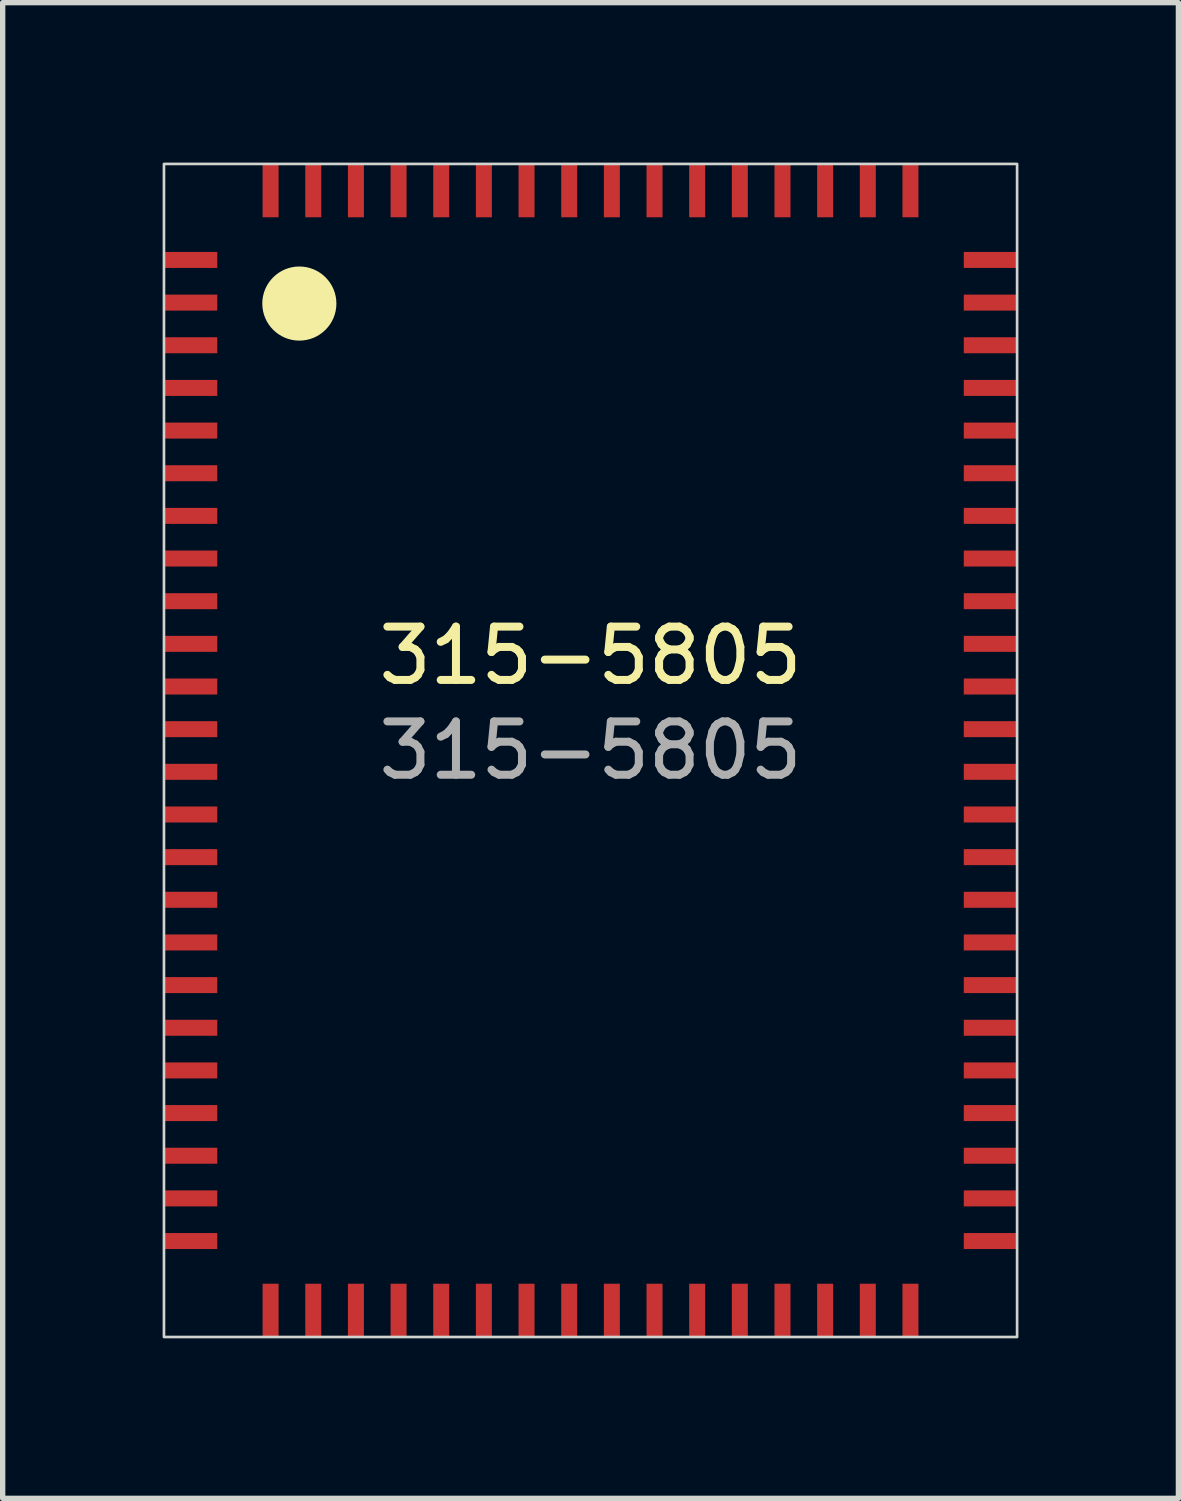
<source format=kicad_pcb>
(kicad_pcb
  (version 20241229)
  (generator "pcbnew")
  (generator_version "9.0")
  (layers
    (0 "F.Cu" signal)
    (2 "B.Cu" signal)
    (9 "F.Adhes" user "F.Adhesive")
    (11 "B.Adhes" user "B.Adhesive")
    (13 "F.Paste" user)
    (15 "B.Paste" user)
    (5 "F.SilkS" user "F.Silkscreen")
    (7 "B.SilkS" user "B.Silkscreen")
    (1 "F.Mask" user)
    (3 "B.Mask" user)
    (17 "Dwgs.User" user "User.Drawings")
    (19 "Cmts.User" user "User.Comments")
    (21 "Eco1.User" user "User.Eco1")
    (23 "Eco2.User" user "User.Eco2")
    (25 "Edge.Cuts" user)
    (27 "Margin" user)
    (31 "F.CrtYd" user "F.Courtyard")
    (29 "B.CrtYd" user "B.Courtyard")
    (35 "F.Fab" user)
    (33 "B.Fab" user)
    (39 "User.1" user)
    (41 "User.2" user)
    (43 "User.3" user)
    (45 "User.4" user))
  (footprint "315-5805"
    (layer "F.Cu")
    (at 8.025 11.025)
    (property "Reference" "315-5805" (at 0 -1.778 0) (layer "F.SilkS") (effects (font (size 1 1) (thickness 0.15))))
    (attr through_hole)
    (fp_circle (center -5.461 -8.382) (end -4.826 -8.382) (stroke (width 0.12) (type solid)) (fill yes) (layer "F.SilkS"))
    (fp_rect (start -8 -11) (end 8 11) (stroke (width 0.05) (type default)) (fill no) (layer "Edge.Cuts"))
    (fp_text user "${REFERENCE}" (at 0 0 0) (layer "F.Fab") (effects (font (size 1 1) (thickness 0.15))))
    (pad "1" smd rect (at -7.5 -9.2) (size 1 0.3) (layers "F.Cu" "F.Mask" "F.Paste"))
    (pad "2" smd rect (at -7.5 -8.4) (size 1 0.3) (layers "F.Cu" "F.Mask" "F.Paste"))
    (pad "3" smd rect (at -7.5 -7.6) (size 1 0.3) (layers "F.Cu" "F.Mask" "F.Paste"))
    (pad "4" smd rect (at -7.5 -6.8) (size 1 0.3) (layers "F.Cu" "F.Mask" "F.Paste"))
    (pad "5" smd rect (at -7.5 -6) (size 1 0.3) (layers "F.Cu" "F.Mask" "F.Paste"))
    (pad "6" smd rect (at -7.5 -5.2) (size 1 0.3) (layers "F.Cu" "F.Mask" "F.Paste"))
    (pad "7" smd rect (at -7.5 -4.4) (size 1 0.3) (layers "F.Cu" "F.Mask" "F.Paste"))
    (pad "8" smd rect (at -7.5 -3.6) (size 1 0.3) (layers "F.Cu" "F.Mask" "F.Paste"))
    (pad "9" smd rect (at -7.5 -2.8) (size 1 0.3) (layers "F.Cu" "F.Mask" "F.Paste"))
    (pad "10" smd rect (at -7.5 -2) (size 1 0.3) (layers "F.Cu" "F.Mask" "F.Paste"))
    (pad "11" smd rect (at -7.5 -1.2) (size 1 0.3) (layers "F.Cu" "F.Mask" "F.Paste"))
    (pad "12" smd rect (at -7.5 -0.4) (size 1 0.3) (layers "F.Cu" "F.Mask" "F.Paste"))
    (pad "13" smd rect (at -7.5 0.4) (size 1 0.3) (layers "F.Cu" "F.Mask" "F.Paste"))
    (pad "14" smd rect (at -7.5 1.2) (size 1 0.3) (layers "F.Cu" "F.Mask" "F.Paste"))
    (pad "15" smd rect (at -7.5 2) (size 1 0.3) (layers "F.Cu" "F.Mask" "F.Paste"))
    (pad "16" smd rect (at -7.5 2.8) (size 1 0.3) (layers "F.Cu" "F.Mask" "F.Paste"))
    (pad "17" smd rect (at -7.5 3.6) (size 1 0.3) (layers "F.Cu" "F.Mask" "F.Paste"))
    (pad "18" smd rect (at -7.5 4.4) (size 1 0.3) (layers "F.Cu" "F.Mask" "F.Paste"))
    (pad "19" smd rect (at -7.5 5.2) (size 1 0.3) (layers "F.Cu" "F.Mask" "F.Paste"))
    (pad "20" smd rect (at -7.5 6) (size 1 0.3) (layers "F.Cu" "F.Mask" "F.Paste"))
    (pad "21" smd rect (at -7.5 6.8) (size 1 0.3) (layers "F.Cu" "F.Mask" "F.Paste"))
    (pad "22" smd rect (at -7.5 7.6) (size 1 0.3) (layers "F.Cu" "F.Mask" "F.Paste"))
    (pad "23" smd rect (at -7.5 8.4) (size 1 0.3) (layers "F.Cu" "F.Mask" "F.Paste"))
    (pad "24" smd rect (at -7.5 9.2) (size 1 0.3) (layers "F.Cu" "F.Mask" "F.Paste"))
    (pad "25" smd rect (at -6 10.5 90) (size 1 0.3) (layers "F.Cu" "F.Mask" "F.Paste"))
    (pad "26" smd rect (at -5.2 10.5 90) (size 1 0.3) (layers "F.Cu" "F.Mask" "F.Paste"))
    (pad "27" smd rect (at -4.4 10.5 90) (size 1 0.3) (layers "F.Cu" "F.Mask" "F.Paste"))
    (pad "28" smd rect (at -3.6 10.5 90) (size 1 0.3) (layers "F.Cu" "F.Mask" "F.Paste"))
    (pad "29" smd rect (at -2.8 10.5 90) (size 1 0.3) (layers "F.Cu" "F.Mask" "F.Paste"))
    (pad "30" smd rect (at -2 10.5 90) (size 1 0.3) (layers "F.Cu" "F.Mask" "F.Paste"))
    (pad "31" smd rect (at -1.2 10.5 90) (size 1 0.3) (layers "F.Cu" "F.Mask" "F.Paste"))
    (pad "32" smd rect (at -0.4 10.5 90) (size 1 0.3) (layers "F.Cu" "F.Mask" "F.Paste"))
    (pad "33" smd rect (at 0.4 10.5 90) (size 1 0.3) (layers "F.Cu" "F.Mask" "F.Paste"))
    (pad "34" smd rect (at 1.2 10.5 90) (size 1 0.3) (layers "F.Cu" "F.Mask" "F.Paste"))
    (pad "35" smd rect (at 2 10.5 90) (size 1 0.3) (layers "F.Cu" "F.Mask" "F.Paste"))
    (pad "36" smd rect (at 2.8 10.5 90) (size 1 0.3) (layers "F.Cu" "F.Mask" "F.Paste"))
    (pad "37" smd rect (at 3.6 10.5 90) (size 1 0.3) (layers "F.Cu" "F.Mask" "F.Paste"))
    (pad "38" smd rect (at 4.4 10.5 90) (size 1 0.3) (layers "F.Cu" "F.Mask" "F.Paste"))
    (pad "39" smd rect (at 5.2 10.5 90) (size 1 0.3) (layers "F.Cu" "F.Mask" "F.Paste"))
    (pad "40" smd rect (at 6 10.5 90) (size 1 0.3) (layers "F.Cu" "F.Mask" "F.Paste"))
    (pad "41" smd rect (at 7.5 9.2) (size 1 0.3) (layers "F.Cu" "F.Mask" "F.Paste"))
    (pad "42" smd rect (at 7.5 8.4) (size 1 0.3) (layers "F.Cu" "F.Mask" "F.Paste"))
    (pad "43" smd rect (at 7.5 7.6) (size 1 0.3) (layers "F.Cu" "F.Mask" "F.Paste"))
    (pad "44" smd rect (at 7.5 6.8) (size 1 0.3) (layers "F.Cu" "F.Mask" "F.Paste"))
    (pad "45" smd rect (at 7.5 6) (size 1 0.3) (layers "F.Cu" "F.Mask" "F.Paste"))
    (pad "46" smd rect (at 7.5 5.2) (size 1 0.3) (layers "F.Cu" "F.Mask" "F.Paste"))
    (pad "47" smd rect (at 7.5 4.4) (size 1 0.3) (layers "F.Cu" "F.Mask" "F.Paste"))
    (pad "48" smd rect (at 7.5 3.6) (size 1 0.3) (layers "F.Cu" "F.Mask" "F.Paste"))
    (pad "49" smd rect (at 7.5 2.8) (size 1 0.3) (layers "F.Cu" "F.Mask" "F.Paste"))
    (pad "50" smd rect (at 7.5 2) (size 1 0.3) (layers "F.Cu" "F.Mask" "F.Paste"))
    (pad "51" smd rect (at 7.5 1.2) (size 1 0.3) (layers "F.Cu" "F.Mask" "F.Paste"))
    (pad "52" smd rect (at 7.5 0.4) (size 1 0.3) (layers "F.Cu" "F.Mask" "F.Paste"))
    (pad "53" smd rect (at 7.5 -0.4) (size 1 0.3) (layers "F.Cu" "F.Mask" "F.Paste"))
    (pad "54" smd rect (at 7.5 -1.2) (size 1 0.3) (layers "F.Cu" "F.Mask" "F.Paste"))
    (pad "55" smd rect (at 7.5 -2) (size 1 0.3) (layers "F.Cu" "F.Mask" "F.Paste"))
    (pad "56" smd rect (at 7.5 -2.8) (size 1 0.3) (layers "F.Cu" "F.Mask" "F.Paste"))
    (pad "57" smd rect (at 7.5 -3.6) (size 1 0.3) (layers "F.Cu" "F.Mask" "F.Paste"))
    (pad "58" smd rect (at 7.5 -4.4) (size 1 0.3) (layers "F.Cu" "F.Mask" "F.Paste"))
    (pad "59" smd rect (at 7.5 -5.2) (size 1 0.3) (layers "F.Cu" "F.Mask" "F.Paste"))
    (pad "60" smd rect (at 7.5 -6) (size 1 0.3) (layers "F.Cu" "F.Mask" "F.Paste"))
    (pad "61" smd rect (at 7.5 -6.8) (size 1 0.3) (layers "F.Cu" "F.Mask" "F.Paste"))
    (pad "62" smd rect (at 7.5 -7.6) (size 1 0.3) (layers "F.Cu" "F.Mask" "F.Paste"))
    (pad "63" smd rect (at 7.5 -8.4) (size 1 0.3) (layers "F.Cu" "F.Mask" "F.Paste"))
    (pad "64" smd rect (at 7.5 -9.2) (size 1 0.3) (layers "F.Cu" "F.Mask" "F.Paste"))
    (pad "65" smd rect (at 6 -10.5 90) (size 1 0.3) (layers "F.Cu" "F.Mask" "F.Paste"))
    (pad "66" smd rect (at 5.2 -10.5 90) (size 1 0.3) (layers "F.Cu" "F.Mask" "F.Paste"))
    (pad "67" smd rect (at 4.4 -10.5 90) (size 1 0.3) (layers "F.Cu" "F.Mask" "F.Paste"))
    (pad "68" smd rect (at 3.6 -10.5 90) (size 1 0.3) (layers "F.Cu" "F.Mask" "F.Paste"))
    (pad "69" smd rect (at 2.8 -10.5 90) (size 1 0.3) (layers "F.Cu" "F.Mask" "F.Paste"))
    (pad "70" smd rect (at 2 -10.5 90) (size 1 0.3) (layers "F.Cu" "F.Mask" "F.Paste"))
    (pad "71" smd rect (at 1.2 -10.5 90) (size 1 0.3) (layers "F.Cu" "F.Mask" "F.Paste"))
    (pad "72" smd rect (at 0.4 -10.5 90) (size 1 0.3) (layers "F.Cu" "F.Mask" "F.Paste"))
    (pad "73" smd rect (at -0.4 -10.5 90) (size 1 0.3) (layers "F.Cu" "F.Mask" "F.Paste"))
    (pad "74" smd rect (at -1.2 -10.5 90) (size 1 0.3) (layers "F.Cu" "F.Mask" "F.Paste"))
    (pad "75" smd rect (at -2 -10.5 90) (size 1 0.3) (layers "F.Cu" "F.Mask" "F.Paste"))
    (pad "76" smd rect (at -2.8 -10.5 90) (size 1 0.3) (layers "F.Cu" "F.Mask" "F.Paste"))
    (pad "77" smd rect (at -3.6 -10.5 90) (size 1 0.3) (layers "F.Cu" "F.Mask" "F.Paste"))
    (pad "78" smd rect (at -4.4 -10.5 90) (size 1 0.3) (layers "F.Cu" "F.Mask" "F.Paste"))
    (pad "79" smd rect (at -5.2 -10.5 90) (size 1 0.3) (layers "F.Cu" "F.Mask" "F.Paste"))
    (pad "80" smd rect (at -6 -10.5 90) (size 1 0.3) (layers "F.Cu" "F.Mask" "F.Paste")))
  (gr_rect
    (start -3 -3)
    (end 19.05 25.05)
    (stroke (width 0.1) (type default))
    (fill no)
    (layer "Edge.Cuts")))
</source>
